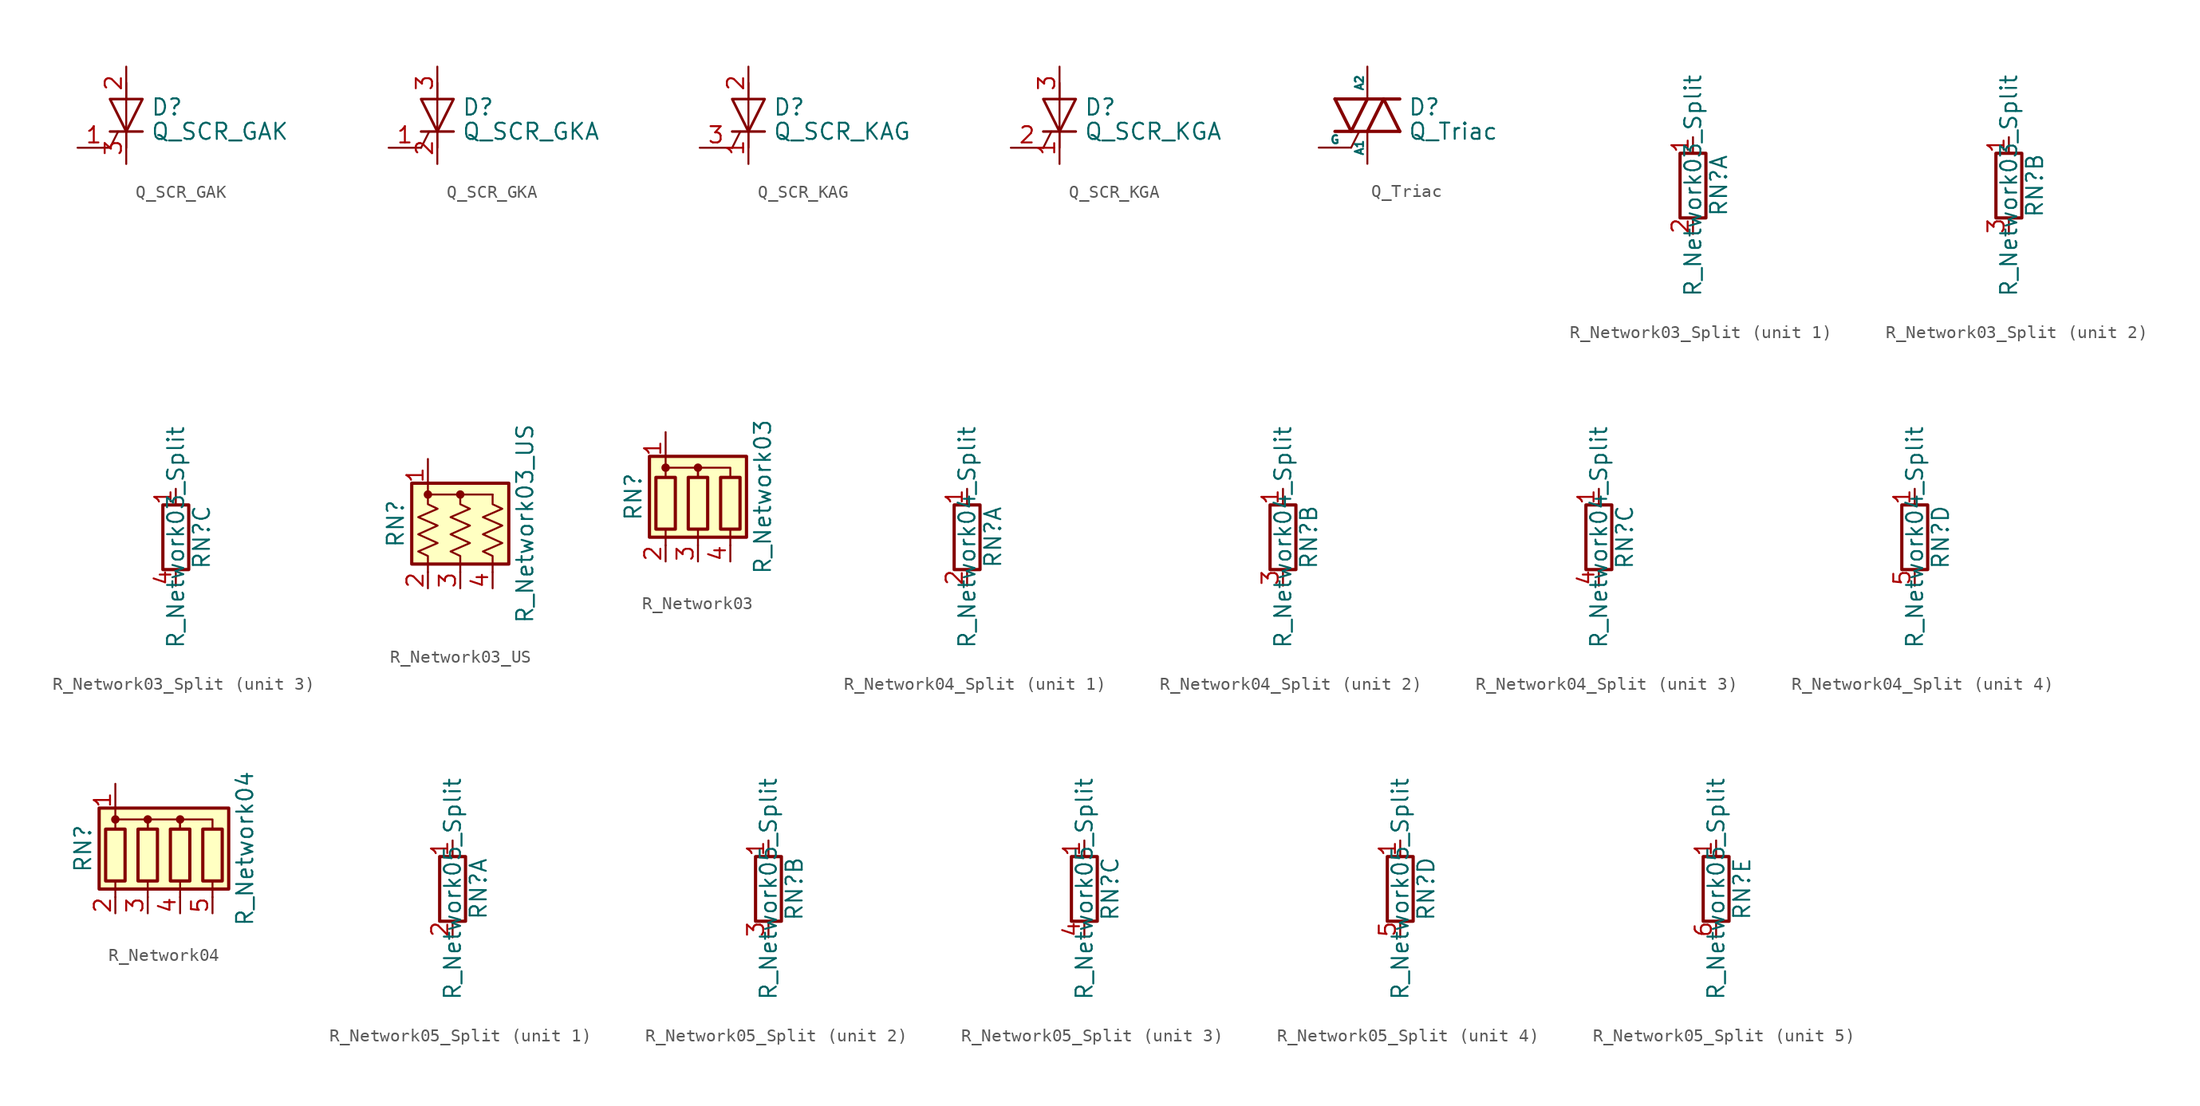
<source format=kicad_sym>
(kicad_symbol_lib
  (version 20241209)
  (generator "kicad_symbol_editor")
  (generator_version "9.0")
  (symbol "Q_SCR_GAK"
    (pin_names
      (offset 0)
      (hide yes))
    (property "Reference" "D"
      (at 1.905 0.635 0)
      (effects (font (size 1.27 1.27)) (justify left)))
    (property "Value" "Q_SCR_GAK"
      (at 1.905 -1.27 0)
      (effects (font (size 1.27 1.27)) (justify left)))
    (symbol "Q_SCR_GAK_0_1"
      (polyline (pts (xy -1.27 1.27) (xy 1.27 1.27) (xy 0 -1.27) (xy -1.27 1.27)) (stroke (width 0.203) (type default)) (fill (type none)))
      (polyline (pts (xy -1.27 -1.27) (xy 1.27 -1.27)) (stroke (width 0.203) (type default)) (fill (type none)))
      (polyline (pts (xy -1.27 -2.54) (xy -0.635 -1.27)) (stroke (width 0) (type default)) (fill (type none)))
      (polyline (pts (xy 0 -2.54) (xy 0 2.54)) (stroke (width 0) (type default)) (fill (type none))))
    (symbol "Q_SCR_GAK_1_1"
      (pin input line (at -3.81 -2.54 0) (length 2.54) (name "G" (effects (font (size 1.27 1.27)))) (number "1" (effects (font (size 1.27 1.27)))))
      (pin passive line (at 0 3.81 270) (length 2.54) (name "A" (effects (font (size 1.27 1.27)))) (number "2" (effects (font (size 1.27 1.27)))))
      (pin passive line (at 0 -3.81 90) (length 2.54) (name "K" (effects (font (size 1.27 1.27)))) (number "3" (effects (font (size 1.27 1.27)))))))
  (symbol "Q_SCR_GKA"
    (pin_names
      (offset 0)
      (hide yes))
    (property "Reference" "D"
      (at 1.905 0.635 0)
      (effects (font (size 1.27 1.27)) (justify left)))
    (property "Value" "Q_SCR_GKA"
      (at 1.905 -1.27 0)
      (effects (font (size 1.27 1.27)) (justify left)))
    (symbol "Q_SCR_GKA_0_1"
      (polyline (pts (xy -1.27 1.27) (xy 1.27 1.27) (xy 0 -1.27) (xy -1.27 1.27)) (stroke (width 0.203) (type default)) (fill (type none)))
      (polyline (pts (xy -1.27 -1.27) (xy 1.27 -1.27)) (stroke (width 0.203) (type default)) (fill (type none)))
      (polyline (pts (xy -1.27 -2.54) (xy -0.635 -1.27)) (stroke (width 0) (type default)) (fill (type none)))
      (polyline (pts (xy 0 -2.54) (xy 0 2.54)) (stroke (width 0) (type default)) (fill (type none))))
    (symbol "Q_SCR_GKA_1_1"
      (pin input line (at -3.81 -2.54 0) (length 2.54) (name "G" (effects (font (size 1.27 1.27)))) (number "1" (effects (font (size 1.27 1.27)))))
      (pin passive line (at 0 3.81 270) (length 2.54) (name "A" (effects (font (size 1.27 1.27)))) (number "3" (effects (font (size 1.27 1.27)))))
      (pin passive line (at 0 -3.81 90) (length 2.54) (name "K" (effects (font (size 1.27 1.27)))) (number "2" (effects (font (size 1.27 1.27)))))))
  (symbol "Q_SCR_KAG"
    (pin_names
      (offset 0)
      (hide yes))
    (property "Reference" "D"
      (at 1.905 0.635 0)
      (effects (font (size 1.27 1.27)) (justify left)))
    (property "Value" "Q_SCR_KAG"
      (at 1.905 -1.27 0)
      (effects (font (size 1.27 1.27)) (justify left)))
    (symbol "Q_SCR_KAG_0_1"
      (polyline (pts (xy -1.27 1.27) (xy 1.27 1.27) (xy 0 -1.27) (xy -1.27 1.27)) (stroke (width 0.203) (type default)) (fill (type none)))
      (polyline (pts (xy -1.27 -1.27) (xy 1.27 -1.27)) (stroke (width 0.203) (type default)) (fill (type none)))
      (polyline (pts (xy -1.27 -2.54) (xy -0.635 -1.27)) (stroke (width 0) (type default)) (fill (type none)))
      (polyline (pts (xy 0 -2.54) (xy 0 2.54)) (stroke (width 0) (type default)) (fill (type none))))
    (symbol "Q_SCR_KAG_1_1"
      (pin input line (at -3.81 -2.54 0) (length 2.54) (name "G" (effects (font (size 1.27 1.27)))) (number "3" (effects (font (size 1.27 1.27)))))
      (pin passive line (at 0 3.81 270) (length 2.54) (name "A" (effects (font (size 1.27 1.27)))) (number "2" (effects (font (size 1.27 1.27)))))
      (pin passive line (at 0 -3.81 90) (length 2.54) (name "K" (effects (font (size 1.27 1.27)))) (number "1" (effects (font (size 1.27 1.27)))))))
  (symbol "Q_SCR_KGA"
    (pin_names
      (offset 0)
      (hide yes))
    (property "Reference" "D"
      (at 1.905 0.635 0)
      (effects (font (size 1.27 1.27)) (justify left)))
    (property "Value" "Q_SCR_KGA"
      (at 1.905 -1.27 0)
      (effects (font (size 1.27 1.27)) (justify left)))
    (symbol "Q_SCR_KGA_0_1"
      (polyline (pts (xy -1.27 1.27) (xy 1.27 1.27) (xy 0 -1.27) (xy -1.27 1.27)) (stroke (width 0.203) (type default)) (fill (type none)))
      (polyline (pts (xy -1.27 -1.27) (xy 1.27 -1.27)) (stroke (width 0.203) (type default)) (fill (type none)))
      (polyline (pts (xy -1.27 -2.54) (xy -0.635 -1.27)) (stroke (width 0) (type default)) (fill (type none)))
      (polyline (pts (xy 0 -2.54) (xy 0 2.54)) (stroke (width 0) (type default)) (fill (type none))))
    (symbol "Q_SCR_KGA_1_1"
      (pin input line (at -3.81 -2.54 0) (length 2.54) (name "G" (effects (font (size 1.27 1.27)))) (number "2" (effects (font (size 1.27 1.27)))))
      (pin passive line (at 0 3.81 270) (length 2.54) (name "A" (effects (font (size 1.27 1.27)))) (number "3" (effects (font (size 1.27 1.27)))))
      (pin passive line (at 0 -3.81 90) (length 2.54) (name "K" (effects (font (size 1.27 1.27)))) (number "1" (effects (font (size 1.27 1.27)))))))
  (symbol "Q_Triac"
    (pin_numbers
      (hide yes))
    (pin_names
      (offset 0))
    (property "Reference" "D"
      (at 3.175 0.635 0)
      (effects (font (size 1.27 1.27)) (justify left)))
    (property "Value" "Q_Triac"
      (at 3.175 -1.27 0)
      (effects (font (size 1.27 1.27)) (justify left)))
    (symbol "Q_Triac_0_1"
      (polyline (pts (xy -2.54 1.27) (xy 2.54 1.27)) (stroke (width 0.254) (type default)) (fill (type none)))
      (polyline (pts (xy -2.54 1.27) (xy -1.27 -1.27) (xy 0 1.27)) (stroke (width 0.254) (type default)) (fill (type none)))
      (polyline (pts (xy -2.54 -1.27) (xy 2.54 -1.27)) (stroke (width 0.254) (type default)) (fill (type none)))
      (polyline (pts (xy -1.27 -2.54) (xy -0.635 -1.27)) (stroke (width 0) (type default)) (fill (type none)))
      (polyline (pts (xy 0 -1.27) (xy 1.27 1.27) (xy 2.54 -1.27)) (stroke (width 0.254) (type default)) (fill (type none))))
    (symbol "Q_Triac_1_1"
      (pin input line (at -3.81 -2.54 0) (length 2.54) (name "G" (effects (font (size 0.635 0.635)))) (number "G" (effects (font (size 1.27 1.27)))))
      (pin passive line (at 0 3.81 270) (length 2.54) (name "A2" (effects (font (size 0.635 0.635)))) (number "A2" (effects (font (size 1.27 1.27)))))
      (pin passive line (at 0 -3.81 90) (length 2.54) (name "A1" (effects (font (size 0.635 0.635)))) (number "A1" (effects (font (size 1.27 1.27)))))))
  (symbol "R_Network03_Split"
    (pin_names
      (offset 0)
      (hide yes))
    (property "Reference" "RN"
      (at 2.032 0 90)
      (effects (font (size 1.27 1.27))))
    (property "Value" "R_Network03_Split"
      (at 0 0 90)
      (effects (font (size 1.27 1.27))))
    (symbol "R_Network03_Split_0_1"
      (rectangle (start -1.016 2.54) (end 1.016 -2.54) (stroke (width 0.254) (type default)) (fill (type none)))
      (pin passive line (at 0 3.81 270) (length 1.27) (name "R1" (effects (font (size 1.27 1.27)))) (number "1" (effects (font (size 1.27 1.27))))))
    (symbol "R_Network03_Split_1_1"
      (pin passive line (at 0 -3.81 90) (length 1.27) (name "R1.2" (effects (font (size 1.27 1.27)))) (number "2" (effects (font (size 1.27 1.27))))))
    (symbol "R_Network03_Split_2_1"
      (pin passive line (at 0 -3.81 90) (length 1.27) (name "R2.2" (effects (font (size 1.27 1.27)))) (number "3" (effects (font (size 1.27 1.27))))))
    (symbol "R_Network03_Split_3_1"
      (pin passive line (at 0 -3.81 90) (length 1.27) (name "R3.2" (effects (font (size 1.27 1.27)))) (number "4" (effects (font (size 1.27 1.27)))))))
  (symbol "R_Network03_US"
    (pin_names
      (offset 0)
      (hide yes))
    (property "Reference" "RN"
      (at -5.08 0 90)
      (effects (font (size 1.27 1.27))))
    (property "Value" "R_Network03_US"
      (at 5.08 0 90)
      (effects (font (size 1.27 1.27))))
    (symbol "R_Network03_US_0_1"
      (rectangle (start -3.81 -3.175) (end 3.81 3.175) (stroke (width 0.254) (type default)) (fill (type background)))
      (circle (center -2.54 2.286) (radius 0.254) (stroke (width 0) (type default)) (fill (type outline)))
      (polyline (pts (xy -2.54 2.286) (xy 2.54 2.286)) (stroke (width 0) (type default)) (fill (type none)))
      (polyline (pts (xy -2.54 2.286) (xy -2.54 1.524) (xy -1.778 1.168) (xy -3.302 0.508) (xy -1.778 -0.152) (xy -3.302 -0.838) (xy -1.778 -1.524) (xy -3.302 -2.184) (xy -2.54 -2.54) (xy -2.54 -3.81)) (stroke (width 0) (type default)) (fill (type none)))
      (circle (center 0 2.286) (radius 0.254) (stroke (width 0) (type default)) (fill (type outline)))
      (polyline (pts (xy 0 2.286) (xy 0 1.524) (xy 0.762 1.168) (xy -0.762 0.508) (xy 0.762 -0.152) (xy -0.762 -0.838) (xy 0.762 -1.524) (xy -0.762 -2.184) (xy 0 -2.54) (xy 0 -3.81)) (stroke (width 0) (type default)) (fill (type none)))
      (polyline (pts (xy 2.54 2.286) (xy 2.54 1.524) (xy 3.302 1.168) (xy 1.778 0.508) (xy 3.302 -0.152) (xy 1.778 -0.838) (xy 3.302 -1.524) (xy 1.778 -2.184) (xy 2.54 -2.54) (xy 2.54 -3.81)) (stroke (width 0) (type default)) (fill (type none))))
    (symbol "R_Network03_US_1_1"
      (pin passive line (at -2.54 5.08 270) (length 2.54) (name "common" (effects (font (size 1.27 1.27)))) (number "1" (effects (font (size 1.27 1.27)))))
      (pin passive line (at -2.54 -5.08 90) (length 1.27) (name "R1" (effects (font (size 1.27 1.27)))) (number "2" (effects (font (size 1.27 1.27)))))
      (pin passive line (at 0 -5.08 90) (length 1.27) (name "R2" (effects (font (size 1.27 1.27)))) (number "3" (effects (font (size 1.27 1.27)))))
      (pin passive line (at 2.54 -5.08 90) (length 1.27) (name "R3" (effects (font (size 1.27 1.27)))) (number "4" (effects (font (size 1.27 1.27)))))))
  (symbol "R_Network03"
    (pin_names
      (offset 0)
      (hide yes))
    (property "Reference" "RN"
      (at -5.08 0 90)
      (effects (font (size 1.27 1.27))))
    (property "Value" "R_Network03"
      (at 5.08 0 90)
      (effects (font (size 1.27 1.27))))
    (symbol "R_Network03_0_1"
      (rectangle (start -3.81 -3.175) (end 3.81 3.175) (stroke (width 0.254) (type default)) (fill (type background)))
      (rectangle (start -3.302 1.524) (end -1.778 -2.54) (stroke (width 0.254) (type default)) (fill (type none)))
      (circle (center -2.54 2.286) (radius 0.254) (stroke (width 0) (type default)) (fill (type outline)))
      (polyline (pts (xy -2.54 1.524) (xy -2.54 2.286) (xy 0 2.286) (xy 0 1.524)) (stroke (width 0) (type default)) (fill (type none)))
      (polyline (pts (xy -2.54 -2.54) (xy -2.54 -3.81)) (stroke (width 0) (type default)) (fill (type none)))
      (rectangle (start -0.762 1.524) (end 0.762 -2.54) (stroke (width 0.254) (type default)) (fill (type none)))
      (circle (center 0 2.286) (radius 0.254) (stroke (width 0) (type default)) (fill (type outline)))
      (polyline (pts (xy 0 1.524) (xy 0 2.286) (xy 2.54 2.286) (xy 2.54 1.524)) (stroke (width 0) (type default)) (fill (type none)))
      (polyline (pts (xy 0 -2.54) (xy 0 -3.81)) (stroke (width 0) (type default)) (fill (type none)))
      (rectangle (start 1.778 1.524) (end 3.302 -2.54) (stroke (width 0.254) (type default)) (fill (type none)))
      (polyline (pts (xy 2.54 -2.54) (xy 2.54 -3.81)) (stroke (width 0) (type default)) (fill (type none))))
    (symbol "R_Network03_1_1"
      (pin passive line (at -2.54 5.08 270) (length 2.54) (name "common" (effects (font (size 1.27 1.27)))) (number "1" (effects (font (size 1.27 1.27)))))
      (pin passive line (at -2.54 -5.08 90) (length 1.27) (name "R1" (effects (font (size 1.27 1.27)))) (number "2" (effects (font (size 1.27 1.27)))))
      (pin passive line (at 0 -5.08 90) (length 1.27) (name "R2" (effects (font (size 1.27 1.27)))) (number "3" (effects (font (size 1.27 1.27)))))
      (pin passive line (at 2.54 -5.08 90) (length 1.27) (name "R3" (effects (font (size 1.27 1.27)))) (number "4" (effects (font (size 1.27 1.27)))))))
  (symbol "R_Network04_Split"
    (pin_names
      (offset 0)
      (hide yes))
    (property "Reference" "RN"
      (at 2.032 0 90)
      (effects (font (size 1.27 1.27))))
    (property "Value" "R_Network04_Split"
      (at 0 0 90)
      (effects (font (size 1.27 1.27))))
    (symbol "R_Network04_Split_0_1"
      (rectangle (start 1.016 2.54) (end -1.016 -2.54) (stroke (width 0.254) (type default)) (fill (type none)))
      (pin passive line (at 0 3.81 270) (length 1.27) (name "R1" (effects (font (size 1.27 1.27)))) (number "1" (effects (font (size 1.27 1.27))))))
    (symbol "R_Network04_Split_1_1"
      (pin passive line (at 0 -3.81 90) (length 1.27) (name "R1.2" (effects (font (size 1.27 1.27)))) (number "2" (effects (font (size 1.27 1.27))))))
    (symbol "R_Network04_Split_2_1"
      (pin passive line (at 0 -3.81 90) (length 1.27) (name "R2.2" (effects (font (size 1.27 1.27)))) (number "3" (effects (font (size 1.27 1.27))))))
    (symbol "R_Network04_Split_3_1"
      (pin passive line (at 0 -3.81 90) (length 1.27) (name "R3.2" (effects (font (size 1.27 1.27)))) (number "4" (effects (font (size 1.27 1.27))))))
    (symbol "R_Network04_Split_4_1"
      (pin passive line (at 0 -3.81 90) (length 1.27) (name "R4.2" (effects (font (size 1.27 1.27)))) (number "5" (effects (font (size 1.27 1.27)))))))
  (symbol "R_Network04"
    (pin_names
      (offset 0)
      (hide yes))
    (property "Reference" "RN"
      (at -7.62 0 90)
      (effects (font (size 1.27 1.27))))
    (property "Value" "R_Network04"
      (at 5.08 0 90)
      (effects (font (size 1.27 1.27))))
    (symbol "R_Network04_0_1"
      (rectangle (start -6.35 -3.175) (end 3.81 3.175) (stroke (width 0.254) (type default)) (fill (type background)))
      (rectangle (start -5.842 1.524) (end -4.318 -2.54) (stroke (width 0.254) (type default)) (fill (type none)))
      (circle (center -5.08 2.286) (radius 0.254) (stroke (width 0) (type default)) (fill (type outline)))
      (polyline (pts (xy -5.08 1.524) (xy -5.08 2.286) (xy -2.54 2.286) (xy -2.54 1.524)) (stroke (width 0) (type default)) (fill (type none)))
      (polyline (pts (xy -5.08 -2.54) (xy -5.08 -3.81)) (stroke (width 0) (type default)) (fill (type none)))
      (rectangle (start -3.302 1.524) (end -1.778 -2.54) (stroke (width 0.254) (type default)) (fill (type none)))
      (circle (center -2.54 2.286) (radius 0.254) (stroke (width 0) (type default)) (fill (type outline)))
      (polyline (pts (xy -2.54 1.524) (xy -2.54 2.286) (xy 0 2.286) (xy 0 1.524)) (stroke (width 0) (type default)) (fill (type none)))
      (polyline (pts (xy -2.54 -2.54) (xy -2.54 -3.81)) (stroke (width 0) (type default)) (fill (type none)))
      (rectangle (start -0.762 1.524) (end 0.762 -2.54) (stroke (width 0.254) (type default)) (fill (type none)))
      (circle (center 0 2.286) (radius 0.254) (stroke (width 0) (type default)) (fill (type outline)))
      (polyline (pts (xy 0 1.524) (xy 0 2.286) (xy 2.54 2.286) (xy 2.54 1.524)) (stroke (width 0) (type default)) (fill (type none)))
      (polyline (pts (xy 0 -2.54) (xy 0 -3.81)) (stroke (width 0) (type default)) (fill (type none)))
      (rectangle (start 1.778 1.524) (end 3.302 -2.54) (stroke (width 0.254) (type default)) (fill (type none)))
      (polyline (pts (xy 2.54 -2.54) (xy 2.54 -3.81)) (stroke (width 0) (type default)) (fill (type none))))
    (symbol "R_Network04_1_1"
      (pin passive line (at -5.08 5.08 270) (length 2.54) (name "common" (effects (font (size 1.27 1.27)))) (number "1" (effects (font (size 1.27 1.27)))))
      (pin passive line (at -5.08 -5.08 90) (length 1.27) (name "R1" (effects (font (size 1.27 1.27)))) (number "2" (effects (font (size 1.27 1.27)))))
      (pin passive line (at -2.54 -5.08 90) (length 1.27) (name "R2" (effects (font (size 1.27 1.27)))) (number "3" (effects (font (size 1.27 1.27)))))
      (pin passive line (at 0 -5.08 90) (length 1.27) (name "R3" (effects (font (size 1.27 1.27)))) (number "4" (effects (font (size 1.27 1.27)))))
      (pin passive line (at 2.54 -5.08 90) (length 1.27) (name "R4" (effects (font (size 1.27 1.27)))) (number "5" (effects (font (size 1.27 1.27)))))))
  (symbol "R_Network05_Split"
    (pin_names
      (offset 0)
      (hide yes))
    (property "Reference" "RN"
      (at 2.032 0 90)
      (effects (font (size 1.27 1.27))))
    (property "Value" "R_Network05_Split"
      (at 0 0 90)
      (effects (font (size 1.27 1.27))))
    (symbol "R_Network05_Split_0_1"
      (rectangle (start 1.016 2.54) (end -1.016 -2.54) (stroke (width 0.254) (type default)) (fill (type none)))
      (pin passive line (at 0 3.81 270) (length 1.27) (name "R1" (effects (font (size 1.27 1.27)))) (number "1" (effects (font (size 1.27 1.27))))))
    (symbol "R_Network05_Split_1_1"
      (pin passive line (at 0 -3.81 90) (length 1.27) (name "R1.2" (effects (font (size 1.27 1.27)))) (number "2" (effects (font (size 1.27 1.27))))))
    (symbol "R_Network05_Split_2_1"
      (pin passive line (at 0 -3.81 90) (length 1.27) (name "R2.2" (effects (font (size 1.27 1.27)))) (number "3" (effects (font (size 1.27 1.27))))))
    (symbol "R_Network05_Split_3_1"
      (pin passive line (at 0 -3.81 90) (length 1.27) (name "R3.2" (effects (font (size 1.27 1.27)))) (number "4" (effects (font (size 1.27 1.27))))))
    (symbol "R_Network05_Split_4_1"
      (pin passive line (at 0 -3.81 90) (length 1.27) (name "R4.2" (effects (font (size 1.27 1.27)))) (number "5" (effects (font (size 1.27 1.27))))))
    (symbol "R_Network05_Split_5_1"
      (pin passive line (at 0 -3.81 90) (length 1.27) (name "R5.2" (effects (font (size 1.27 1.27)))) (number "6" (effects (font (size 1.27 1.27))))))))
</source>
